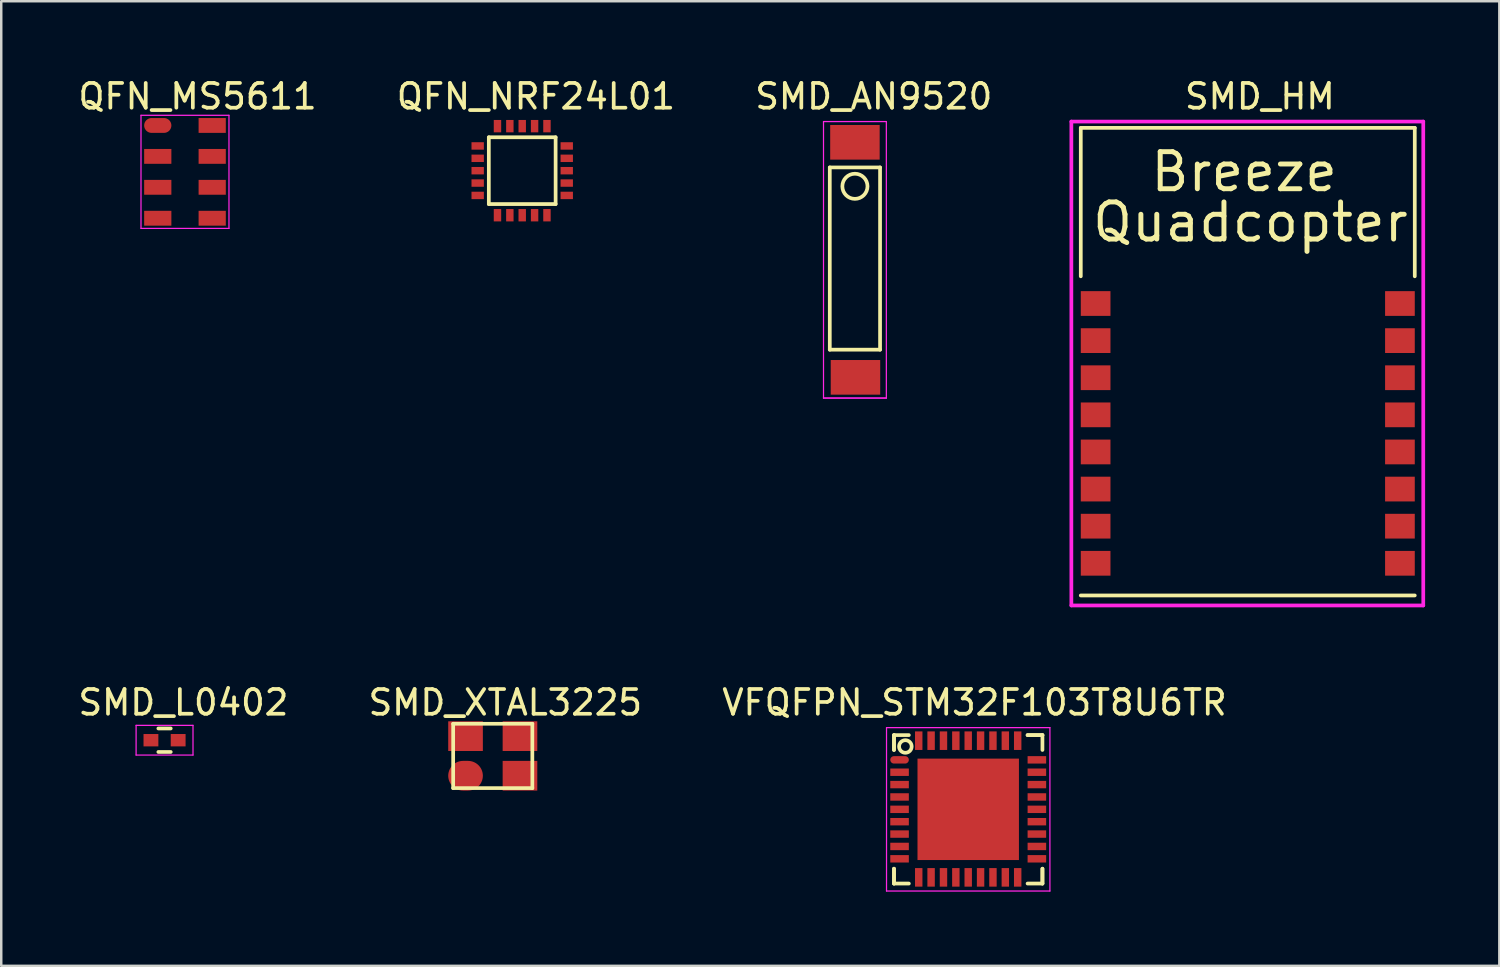
<source format=kicad_pcb>
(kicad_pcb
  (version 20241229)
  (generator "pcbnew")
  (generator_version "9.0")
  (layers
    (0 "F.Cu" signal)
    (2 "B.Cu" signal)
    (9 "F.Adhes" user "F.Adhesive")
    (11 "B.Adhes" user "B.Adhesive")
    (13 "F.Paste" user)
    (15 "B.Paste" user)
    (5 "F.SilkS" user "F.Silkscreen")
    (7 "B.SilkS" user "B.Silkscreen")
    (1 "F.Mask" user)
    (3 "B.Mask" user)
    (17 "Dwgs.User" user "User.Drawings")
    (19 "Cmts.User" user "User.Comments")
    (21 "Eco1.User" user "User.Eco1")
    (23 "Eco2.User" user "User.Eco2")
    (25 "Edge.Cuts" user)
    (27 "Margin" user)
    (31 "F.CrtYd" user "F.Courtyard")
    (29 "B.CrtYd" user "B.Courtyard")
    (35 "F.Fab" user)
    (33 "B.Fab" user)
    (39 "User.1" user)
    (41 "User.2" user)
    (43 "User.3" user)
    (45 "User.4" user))
  (footprint "QFN_MS5611"
    (layer "F.Cu")
    (at 4.427 3.896)
    (property "Reference" "QFN_MS5611" (at 0.508 -3.048 0) (layer "F.SilkS") (effects (font (size 1 1) (thickness 0.15))))
    (attr through_hole)
    (fp_line (start -1.778 -2.286) (end -1.778 2.286) (stroke (width 0.05) (type solid)) (layer "F.CrtYd"))
    (fp_line (start -1.778 2.286) (end 1.778 2.286) (stroke (width 0.05) (type solid)) (layer "F.CrtYd"))
    (fp_line (start 1.778 -2.286) (end -1.778 -2.286) (stroke (width 0.05) (type solid)) (layer "F.CrtYd"))
    (fp_line (start 1.778 2.286) (end 1.778 -2.286) (stroke (width 0.05) (type solid)) (layer "F.CrtYd"))
    (pad "1" smd oval (at -1.1 -1.875) (size 1.1 0.6) (layers "F.Cu" "F.Mask" "F.Paste"))
    (pad "2" smd rect (at -1.1 -0.625) (size 1.1 0.6) (layers "F.Cu" "F.Mask" "F.Paste"))
    (pad "3" smd rect (at -1.1 0.625) (size 1.1 0.6) (layers "F.Cu" "F.Mask" "F.Paste"))
    (pad "4" smd rect (at -1.1 1.875) (size 1.1 0.6) (layers "F.Cu" "F.Mask" "F.Paste"))
    (pad "5" smd rect (at 1.1 1.875) (size 1.1 0.6) (layers "F.Cu" "F.Mask" "F.Paste"))
    (pad "6" smd rect (at 1.1 0.625) (size 1.1 0.6) (layers "F.Cu" "F.Mask" "F.Paste"))
    (pad "7" smd rect (at 1.1 -0.625) (size 1.1 0.6) (layers "F.Cu" "F.Mask" "F.Paste"))
    (pad "8" smd rect (at 1.1 -1.875) (size 1.1 0.6) (layers "F.Cu" "F.Mask" "F.Paste")))
  (footprint "SMD_XTAL3225"
    (layer "F.Cu")
    (at 16.867 27.505)
    (property "Reference" "SMD_XTAL3225" (at 0.508 -2.159 0) (layer "F.SilkS") (effects (font (size 1 1) (thickness 0.15))))
    (attr through_hole)
    (fp_line (start -1.6 -1.3) (end 1.6 -1.3) (stroke (width 0.15) (type solid)) (layer "F.SilkS"))
    (fp_line (start -1.6 1.3) (end -1.6 -1.3) (stroke (width 0.15) (type solid)) (layer "F.SilkS"))
    (fp_line (start 1.6 -1.3) (end 1.6 1.3) (stroke (width 0.15) (type solid)) (layer "F.SilkS"))
    (fp_line (start 1.6 1.3) (end -1.6 1.3) (stroke (width 0.15) (type solid)) (layer "F.SilkS"))
    (pad "1" smd oval (at -1.1 0.8) (size 1.4 1.2) (layers "F.Cu" "F.Mask" "F.Paste"))
    (pad "2" smd rect (at 1.1 0.8) (size 1.4 1.2) (layers "F.Cu" "F.Mask" "F.Paste"))
    (pad "3" smd rect (at 1.1 -0.8) (size 1.4 1.2) (layers "F.Cu" "F.Mask" "F.Paste"))
    (pad "4" smd rect (at -1.1 -0.8) (size 1.4 1.2) (layers "F.Cu" "F.Mask" "F.Paste")))
  (footprint "VFQFPN_STM32F103T8U6TR"
    (layer "F.Cu")
    (at 36.085 29.663)
    (property "Reference" "VFQFPN_STM32F103T8U6TR" (at 0.254 -4.318 0) (layer "F.SilkS") (effects (font (size 1 1) (thickness 0.15))))
    (attr through_hole)
    (fp_line (start -3 -3) (end -3 -2.4) (stroke (width 0.15) (type solid)) (layer "F.SilkS"))
    (fp_line (start -3 -3) (end -2.4 -3) (stroke (width 0.15) (type solid)) (layer "F.SilkS"))
    (fp_line (start -3 -2.4) (end -3 -3) (stroke (width 0.15) (type solid)) (layer "F.SilkS"))
    (fp_line (start -3 2.4) (end -3 3) (stroke (width 0.15) (type solid)) (layer "F.SilkS"))
    (fp_line (start -3 3) (end -3 2.4) (stroke (width 0.15) (type solid)) (layer "F.SilkS"))
    (fp_line (start -3 3) (end -2.4 3) (stroke (width 0.15) (type solid)) (layer "F.SilkS"))
    (fp_line (start 2.4 -3) (end 3 -3) (stroke (width 0.15) (type solid)) (layer "F.SilkS"))
    (fp_line (start 3 -3) (end 2.4 -3) (stroke (width 0.15) (type solid)) (layer "F.SilkS"))
    (fp_line (start 3 -3) (end 3 -2.4) (stroke (width 0.15) (type solid)) (layer "F.SilkS"))
    (fp_line (start 3 2.4) (end 3 3) (stroke (width 0.15) (type solid)) (layer "F.SilkS"))
    (fp_line (start 3 3) (end 2.4 3) (stroke (width 0.15) (type solid)) (layer "F.SilkS"))
    (fp_line (start 3 3) (end 3 2.4) (stroke (width 0.15) (type solid)) (layer "F.SilkS"))
    (fp_circle (center -2.54 -2.54) (end -2.54 -2.286) (stroke (width 0.15) (type solid)) (fill no) (layer "F.SilkS"))
    (fp_line (start -3.302 -3.302) (end -3.302 3.302) (stroke (width 0.05) (type solid)) (layer "F.CrtYd"))
    (fp_line (start -3.302 3.302) (end 3.302 3.302) (stroke (width 0.05) (type solid)) (layer "F.CrtYd"))
    (fp_line (start 3.302 -3.302) (end -3.302 -3.302) (stroke (width 0.05) (type solid)) (layer "F.CrtYd"))
    (fp_line (start 3.302 3.302) (end 3.302 -3.302) (stroke (width 0.05) (type solid)) (layer "F.CrtYd"))
    (pad "" smd rect (at 0 0) (size 4.1 4.1) (layers "F.Cu" "F.Mask" "F.Paste"))
    (pad "1" smd oval (at -2.775 -2) (size 0.75 0.3) (layers "F.Cu" "F.Mask" "F.Paste"))
    (pad "2" smd rect (at -2.775 -1.5) (size 0.75 0.3) (layers "F.Cu" "F.Mask" "F.Paste"))
    (pad "3" smd rect (at -2.775 -1) (size 0.75 0.3) (layers "F.Cu" "F.Mask" "F.Paste"))
    (pad "4" smd rect (at -2.775 -0.5) (size 0.75 0.3) (layers "F.Cu" "F.Mask" "F.Paste"))
    (pad "5" smd rect (at -2.775 0) (size 0.75 0.3) (layers "F.Cu" "F.Mask" "F.Paste"))
    (pad "6" smd rect (at -2.775 0.5) (size 0.75 0.3) (layers "F.Cu" "F.Mask" "F.Paste"))
    (pad "7" smd rect (at -2.775 1) (size 0.75 0.3) (layers "F.Cu" "F.Mask" "F.Paste"))
    (pad "8" smd rect (at -2.775 1.5) (size 0.75 0.3) (layers "F.Cu" "F.Mask" "F.Paste"))
    (pad "9" smd rect (at -2.775 2) (size 0.75 0.3) (layers "F.Cu" "F.Mask" "F.Paste"))
    (pad "10" smd rect (at -2 2.75) (size 0.3 0.75) (layers "F.Cu" "F.Mask" "F.Paste"))
    (pad "11" smd rect (at -1.5 2.75) (size 0.3 0.75) (layers "F.Cu" "F.Mask" "F.Paste"))
    (pad "12" smd rect (at -1 2.75) (size 0.3 0.75) (layers "F.Cu" "F.Mask" "F.Paste"))
    (pad "13" smd rect (at -0.5 2.75) (size 0.3 0.75) (layers "F.Cu" "F.Mask" "F.Paste"))
    (pad "14" smd rect (at 0 2.75) (size 0.3 0.75) (layers "F.Cu" "F.Mask" "F.Paste"))
    (pad "15" smd rect (at 0.5 2.75) (size 0.3 0.75) (layers "F.Cu" "F.Mask" "F.Paste"))
    (pad "16" smd rect (at 1 2.75) (size 0.3 0.75) (layers "F.Cu" "F.Mask" "F.Paste"))
    (pad "17" smd rect (at 1.5 2.75) (size 0.3 0.75) (layers "F.Cu" "F.Mask" "F.Paste"))
    (pad "18" smd rect (at 2 2.75) (size 0.3 0.75) (layers "F.Cu" "F.Mask" "F.Paste"))
    (pad "19" smd rect (at 2.775 2) (size 0.75 0.3) (layers "F.Cu" "F.Mask" "F.Paste"))
    (pad "20" smd rect (at 2.775 1.5) (size 0.75 0.3) (layers "F.Cu" "F.Mask" "F.Paste"))
    (pad "21" smd rect (at 2.775 1) (size 0.75 0.3) (layers "F.Cu" "F.Mask" "F.Paste"))
    (pad "22" smd rect (at 2.775 0.5) (size 0.75 0.3) (layers "F.Cu" "F.Mask" "F.Paste"))
    (pad "23" smd rect (at 2.775 0) (size 0.75 0.3) (layers "F.Cu" "F.Mask" "F.Paste"))
    (pad "24" smd rect (at 2.775 -0.5) (size 0.75 0.3) (layers "F.Cu" "F.Mask" "F.Paste"))
    (pad "25" smd rect (at -1.5 -2.775) (size 0.3 0.75) (layers "F.Cu" "F.Mask" "F.Paste"))
    (pad "25" smd rect (at 2.775 -1) (size 0.75 0.3) (layers "F.Cu" "F.Mask" "F.Paste"))
    (pad "26" smd rect (at 2.775 -1.5) (size 0.75 0.3) (layers "F.Cu" "F.Mask" "F.Paste"))
    (pad "27" smd rect (at 2.775 -2) (size 0.75 0.3) (layers "F.Cu" "F.Mask" "F.Paste"))
    (pad "28" smd rect (at 2 -2.775) (size 0.3 0.75) (layers "F.Cu" "F.Mask" "F.Paste"))
    (pad "29" smd rect (at 1.5 -2.775) (size 0.3 0.75) (layers "F.Cu" "F.Mask" "F.Paste"))
    (pad "30" smd rect (at 1 -2.775) (size 0.3 0.75) (layers "F.Cu" "F.Mask" "F.Paste"))
    (pad "31" smd rect (at 0.5 -2.775) (size 0.3 0.75) (layers "F.Cu" "F.Mask" "F.Paste"))
    (pad "32" smd rect (at 0 -2.775) (size 0.3 0.75) (layers "F.Cu" "F.Mask" "F.Paste"))
    (pad "33" smd rect (at -0.5 -2.775) (size 0.3 0.75) (layers "F.Cu" "F.Mask" "F.Paste"))
    (pad "34" smd rect (at -1 -2.775) (size 0.3 0.75) (layers "F.Cu" "F.Mask" "F.Paste"))
    (pad "36" smd rect (at -2 -2.775) (size 0.3 0.75) (layers "F.Cu" "F.Mask" "F.Paste")))
  (footprint "QFN_NRF24L01"
    (layer "F.Cu")
    (at 18.105 3.896)
    (property "Reference" "QFN_NRF24L01" (at 0.508 -3.048 0) (layer "F.SilkS") (effects (font (size 1 1) (thickness 0.15))))
    (attr through_hole)
    (fp_line (start -1.397 -1.397) (end 1.303 -1.397) (stroke (width 0.15) (type solid)) (layer "F.SilkS"))
    (fp_line (start -1.397 1.303) (end -1.397 -1.397) (stroke (width 0.15) (type solid)) (layer "F.SilkS"))
    (fp_line (start 1.303 -1.397) (end 1.303 1.303) (stroke (width 0.15) (type solid)) (layer "F.SilkS"))
    (fp_line (start 1.303 1.303) (end -1.397 1.303) (stroke (width 0.15) (type solid)) (layer "F.SilkS"))
    (pad "1" smd rect (at -1.847 -1.047) (size 0.5 0.3) (layers "F.Cu" "F.Mask" "F.Paste"))
    (pad "2" smd rect (at -1.847 -0.547) (size 0.5 0.3) (layers "F.Cu" "F.Mask" "F.Paste"))
    (pad "3" smd rect (at -1.847 -0.047) (size 0.5 0.3) (layers "F.Cu" "F.Mask" "F.Paste"))
    (pad "4" smd rect (at -1.847 0.453) (size 0.5 0.3) (layers "F.Cu" "F.Mask" "F.Paste"))
    (pad "5" smd rect (at -1.847 0.953) (size 0.5 0.3) (layers "F.Cu" "F.Mask" "F.Paste"))
    (pad "6" smd rect (at -1.047 1.753) (size 0.3 0.5) (layers "F.Cu" "F.Mask" "F.Paste"))
    (pad "7" smd rect (at -0.547 1.753) (size 0.3 0.5) (layers "F.Cu" "F.Mask" "F.Paste"))
    (pad "8" smd rect (at -0.047 1.753) (size 0.3 0.5) (layers "F.Cu" "F.Mask" "F.Paste"))
    (pad "9" smd rect (at 0.453 1.753) (size 0.3 0.5) (layers "F.Cu" "F.Mask" "F.Paste"))
    (pad "10" smd rect (at 0.953 1.753) (size 0.3 0.5) (layers "F.Cu" "F.Mask" "F.Paste"))
    (pad "11" smd rect (at 1.753 0.953) (size 0.5 0.3) (layers "F.Cu" "F.Mask" "F.Paste"))
    (pad "12" smd rect (at 1.753 0.453) (size 0.5 0.3) (layers "F.Cu" "F.Mask" "F.Paste"))
    (pad "13" smd rect (at 1.753 -0.047) (size 0.5 0.3) (layers "F.Cu" "F.Mask" "F.Paste"))
    (pad "14" smd rect (at 1.753 -0.547) (size 0.5 0.3) (layers "F.Cu" "F.Mask" "F.Paste"))
    (pad "15" smd rect (at 1.753 -1.047) (size 0.5 0.3) (layers "F.Cu" "F.Mask" "F.Paste"))
    (pad "16" smd rect (at 0.953 -1.847) (size 0.3 0.5) (layers "F.Cu" "F.Mask" "F.Paste"))
    (pad "17" smd rect (at 0.453 -1.847) (size 0.3 0.5) (layers "F.Cu" "F.Mask" "F.Paste"))
    (pad "18" smd rect (at -0.047 -1.847) (size 0.3 0.5) (layers "F.Cu" "F.Mask" "F.Paste"))
    (pad "19" smd rect (at -0.547 -1.847) (size 0.3 0.5) (layers "F.Cu" "F.Mask" "F.Paste"))
    (pad "20" smd rect (at -1.047 -1.847) (size 0.3 0.5) (layers "F.Cu" "F.Mask" "F.Paste")))
  (footprint "SMD_AN9520"
    (layer "F.Cu")
    (at 31.506 7.452)
    (property "Reference" "SMD_AN9520" (at 0.762 -6.604 0) (layer "F.SilkS") (effects (font (size 1 1) (thickness 0.15))))
    (attr through_hole)
    (fp_line (start -1.016 -3.734) (end -1.016 3.632) (stroke (width 0.15) (type solid)) (layer "F.SilkS"))
    (fp_line (start -1.016 3.632) (end 1.016 3.632) (stroke (width 0.15) (type solid)) (layer "F.SilkS"))
    (fp_line (start 1.016 -3.734) (end -1.016 -3.734) (stroke (width 0.15) (type solid)) (layer "F.SilkS"))
    (fp_line (start 1.016 3.632) (end 1.016 -3.734) (stroke (width 0.15) (type solid)) (layer "F.SilkS"))
    (fp_circle (center 0 -2.972) (end 0 -2.464) (stroke (width 0.15) (type solid)) (fill no) (layer "F.SilkS"))
    (fp_line (start -1.27 -5.588) (end 1.27 -5.588) (stroke (width 0.05) (type solid)) (layer "F.CrtYd"))
    (fp_line (start -1.27 5.588) (end -1.27 -5.588) (stroke (width 0.05) (type solid)) (layer "F.CrtYd"))
    (fp_line (start -1.27 5.588) (end 1.27 5.588) (stroke (width 0.05) (type solid)) (layer "F.CrtYd"))
    (fp_line (start 1.27 -5.588) (end 1.27 5.588) (stroke (width 0.05) (type solid)) (layer "F.CrtYd"))
    (fp_line (start 1.27 5.588) (end -1.27 5.588) (stroke (width 0.05) (type solid)) (layer "F.CrtYd"))
    (pad "1" smd rect (at 0 -4.75) (size 2 1.4) (layers "F.Cu" "F.Mask" "F.Paste"))
    (pad "2" smd rect (at 0.022 4.75) (size 2 1.4) (layers "F.Cu" "F.Mask" "F.Paste")))
  (footprint "SMD_L0402"
    (layer "F.Cu")
    (at 3.601 26.869)
    (property "Reference" "SMD_L0402" (at 0.762 -1.524 0) (layer "F.SilkS") (effects (font (size 1 1) (thickness 0.15))))
    (attr smd)
    (fp_line (start -0.25 0.475) (end 0.25 0.475) (stroke (width 0.15) (type solid)) (layer "F.SilkS"))
    (fp_line (start 0.25 -0.475) (end -0.25 -0.475) (stroke (width 0.15) (type solid)) (layer "F.SilkS"))
    (fp_line (start -1.15 -0.6) (end -1.15 0.6) (stroke (width 0.05) (type solid)) (layer "F.CrtYd"))
    (fp_line (start -1.15 -0.6) (end 1.15 -0.6) (stroke (width 0.05) (type solid)) (layer "F.CrtYd"))
    (fp_line (start -1.15 0.6) (end 1.15 0.6) (stroke (width 0.05) (type solid)) (layer "F.CrtYd"))
    (fp_line (start 1.15 -0.6) (end 1.15 0.6) (stroke (width 0.05) (type solid)) (layer "F.CrtYd"))
    (pad "1" smd rect (at -0.55 0) (size 0.6 0.5) (layers "F.Cu" "F.Mask" "F.Paste"))
    (pad "2" smd rect (at 0.55 0) (size 0.6 0.5) (layers "F.Cu" "F.Mask" "F.Paste")))
  (footprint "SMD_HM"
    (layer "F.Cu")
    (at 47.112 13.04)
    (property "Reference" "SMD_HM" (at 0.762 -12.192 0) (layer "F.SilkS") (effects (font (size 1 1) (thickness 0.15))))
    (attr through_hole)
    (fp_line (start -6.477 -10.922) (end -6.477 -4.922) (stroke (width 0.15) (type solid)) (layer "F.SilkS"))
    (fp_line (start -6.477 -10.922) (end 7.023 -10.922) (stroke (width 0.15) (type solid)) (layer "F.SilkS"))
    (fp_line (start -6.477 7.978) (end 7.023 7.978) (stroke (width 0.15) (type solid)) (layer "F.SilkS"))
    (fp_line (start 7.023 -10.922) (end 7.023 -4.922) (stroke (width 0.15) (type solid)) (layer "F.SilkS"))
    (fp_line (start -6.858 -11.176) (end -6.858 8.382) (stroke (width 0.15) (type solid)) (layer "F.CrtYd"))
    (fp_line (start -6.858 8.382) (end 7.366 8.382) (stroke (width 0.15) (type solid)) (layer "F.CrtYd"))
    (fp_line (start 7.366 -11.176) (end -6.858 -11.176) (stroke (width 0.15) (type solid)) (layer "F.CrtYd"))
    (fp_line (start 7.366 8.382) (end 7.366 -11.176) (stroke (width 0.15) (type solid)) (layer "F.CrtYd"))
    (fp_text user "Quadcopter" (at 0.381 -7.112 0) (layer "F.SilkS") (effects (font (size 1.5 1.5) (thickness 0.2))))
    (fp_text user "Breeze" (at 0.127 -9.144 0) (layer "F.SilkS") (effects (font (size 1.5 1.5) (thickness 0.2))))
    (pad "1" smd rect (at -5.877 -3.822) (size 1.2 1) (layers "F.Cu" "F.Mask" "F.Paste"))
    (pad "2" smd rect (at -5.877 -2.322) (size 1.2 1) (layers "F.Cu" "F.Mask" "F.Paste"))
    (pad "3" smd rect (at -5.877 -0.822) (size 1.2 1) (layers "F.Cu" "F.Mask" "F.Paste"))
    (pad "4" smd rect (at -5.877 0.678) (size 1.2 1) (layers "F.Cu" "F.Mask" "F.Paste"))
    (pad "5" smd rect (at -5.877 2.178) (size 1.2 1) (layers "F.Cu" "F.Mask" "F.Paste"))
    (pad "6" smd rect (at -5.877 3.678) (size 1.2 1) (layers "F.Cu" "F.Mask" "F.Paste"))
    (pad "7" smd rect (at -5.877 5.178) (size 1.2 1) (layers "F.Cu" "F.Mask" "F.Paste"))
    (pad "8" smd rect (at -5.877 6.678) (size 1.2 1) (layers "F.Cu" "F.Mask" "F.Paste"))
    (pad "9" smd rect (at 6.423 6.678) (size 1.2 1) (layers "F.Cu" "F.Mask" "F.Paste"))
    (pad "10" smd rect (at 6.423 5.178) (size 1.2 1) (layers "F.Cu" "F.Mask" "F.Paste"))
    (pad "11" smd rect (at 6.423 3.678) (size 1.2 1) (layers "F.Cu" "F.Mask" "F.Paste"))
    (pad "12" smd rect (at 6.423 2.178) (size 1.2 1) (layers "F.Cu" "F.Mask" "F.Paste"))
    (pad "13" smd rect (at 6.423 0.678) (size 1.2 1) (layers "F.Cu" "F.Mask" "F.Paste"))
    (pad "14" smd rect (at 6.423 -0.822) (size 1.2 1) (layers "F.Cu" "F.Mask" "F.Paste"))
    (pad "15" smd rect (at 6.423 -2.322) (size 1.2 1) (layers "F.Cu" "F.Mask" "F.Paste"))
    (pad "16" smd rect (at 6.423 -3.822) (size 1.2 1) (layers "F.Cu" "F.Mask" "F.Paste")))
  (gr_rect
    (start -3 -3)
    (end 57.553 35.99)
    (stroke (width 0.1) (type default))
    (fill no)
    (layer "Edge.Cuts")))
</source>
